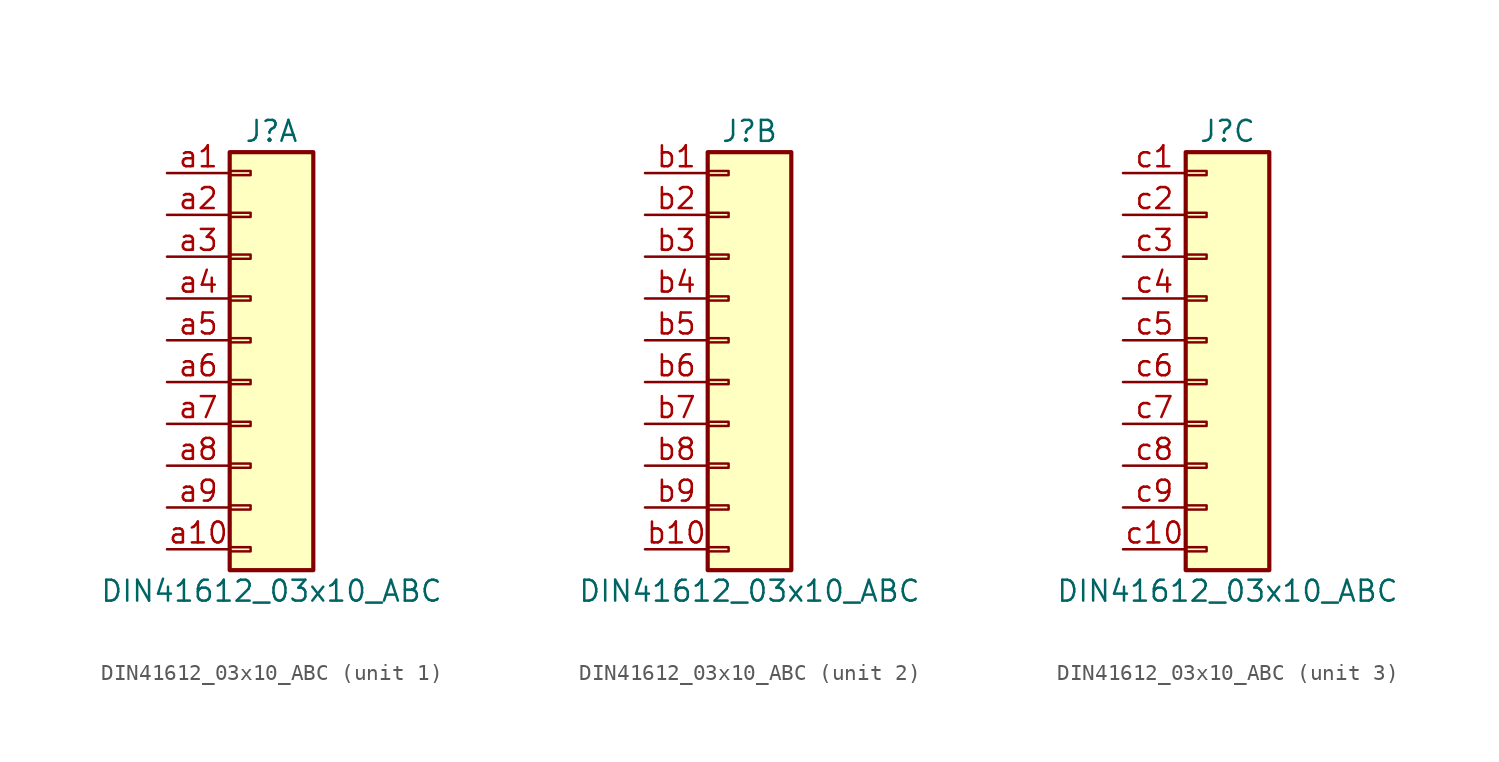
<source format=kicad_sym>
(kicad_symbol_lib
  (version 20241209)
  (generator "kicad_symbol_editor")
  (generator_version "9.0")
  (symbol "DIN41612_03x10_ABC"
    (pin_names
      (offset 1.016)
      (hide yes))
    (property "Reference" "J"
      (at 1.27 12.7 0)
      (effects (font (size 1.27 1.27))))
    (property "Value" "DIN41612_03x10_ABC"
      (at 1.27 -15.24 0)
      (effects (font (size 1.27 1.27))))
    (property "ki_locked" ""
      (at 0 0 0)
      (effects (font (size 1.27 1.27))))
    (symbol "DIN41612_03x10_ABC_1_1"
      (rectangle (start -1.27 11.43) (end 3.81 -13.97) (stroke (width 0.254) (type default)) (fill (type background)))
      (rectangle (start -1.27 10.287) (end 0 10.033) (stroke (width 0.152) (type default)) (fill (type none)))
      (rectangle (start -1.27 7.747) (end 0 7.493) (stroke (width 0.152) (type default)) (fill (type none)))
      (rectangle (start -1.27 5.207) (end 0 4.953) (stroke (width 0.152) (type default)) (fill (type none)))
      (rectangle (start -1.27 2.667) (end 0 2.413) (stroke (width 0.152) (type default)) (fill (type none)))
      (rectangle (start -1.27 0.127) (end 0 -0.127) (stroke (width 0.152) (type default)) (fill (type none)))
      (rectangle (start -1.27 -2.413) (end 0 -2.667) (stroke (width 0.152) (type default)) (fill (type none)))
      (rectangle (start -1.27 -4.953) (end 0 -5.207) (stroke (width 0.152) (type default)) (fill (type none)))
      (rectangle (start -1.27 -7.493) (end 0 -7.747) (stroke (width 0.152) (type default)) (fill (type none)))
      (rectangle (start -1.27 -10.033) (end 0 -10.287) (stroke (width 0.152) (type default)) (fill (type none)))
      (rectangle (start -1.27 -12.573) (end 0 -12.827) (stroke (width 0.152) (type default)) (fill (type none)))
      (pin passive line (at -5.08 10.16 0) (length 3.81) (name "Pin_a1" (effects (font (size 1.27 1.27)))) (number "a1" (effects (font (size 1.27 1.27)))))
      (pin passive line (at -5.08 7.62 0) (length 3.81) (name "Pin_a2" (effects (font (size 1.27 1.27)))) (number "a2" (effects (font (size 1.27 1.27)))))
      (pin passive line (at -5.08 5.08 0) (length 3.81) (name "Pin_a3" (effects (font (size 1.27 1.27)))) (number "a3" (effects (font (size 1.27 1.27)))))
      (pin passive line (at -5.08 2.54 0) (length 3.81) (name "Pin_a4" (effects (font (size 1.27 1.27)))) (number "a4" (effects (font (size 1.27 1.27)))))
      (pin passive line (at -5.08 0 0) (length 3.81) (name "Pin_a5" (effects (font (size 1.27 1.27)))) (number "a5" (effects (font (size 1.27 1.27)))))
      (pin passive line (at -5.08 -2.54 0) (length 3.81) (name "Pin_a6" (effects (font (size 1.27 1.27)))) (number "a6" (effects (font (size 1.27 1.27)))))
      (pin passive line (at -5.08 -5.08 0) (length 3.81) (name "Pin_a7" (effects (font (size 1.27 1.27)))) (number "a7" (effects (font (size 1.27 1.27)))))
      (pin passive line (at -5.08 -7.62 0) (length 3.81) (name "Pin_a8" (effects (font (size 1.27 1.27)))) (number "a8" (effects (font (size 1.27 1.27)))))
      (pin passive line (at -5.08 -10.16 0) (length 3.81) (name "Pin_a9" (effects (font (size 1.27 1.27)))) (number "a9" (effects (font (size 1.27 1.27)))))
      (pin passive line (at -5.08 -12.7 0) (length 3.81) (name "Pin_a10" (effects (font (size 1.27 1.27)))) (number "a10" (effects (font (size 1.27 1.27))))))
    (symbol "DIN41612_03x10_ABC_2_1"
      (rectangle (start -1.27 11.43) (end 3.81 -13.97) (stroke (width 0.254) (type default)) (fill (type background)))
      (rectangle (start -1.27 10.287) (end 0 10.033) (stroke (width 0.152) (type default)) (fill (type none)))
      (rectangle (start -1.27 7.747) (end 0 7.493) (stroke (width 0.152) (type default)) (fill (type none)))
      (rectangle (start -1.27 5.207) (end 0 4.953) (stroke (width 0.152) (type default)) (fill (type none)))
      (rectangle (start -1.27 2.667) (end 0 2.413) (stroke (width 0.152) (type default)) (fill (type none)))
      (rectangle (start -1.27 0.127) (end 0 -0.127) (stroke (width 0.152) (type default)) (fill (type none)))
      (rectangle (start -1.27 -2.413) (end 0 -2.667) (stroke (width 0.152) (type default)) (fill (type none)))
      (rectangle (start -1.27 -4.953) (end 0 -5.207) (stroke (width 0.152) (type default)) (fill (type none)))
      (rectangle (start -1.27 -7.493) (end 0 -7.747) (stroke (width 0.152) (type default)) (fill (type none)))
      (rectangle (start -1.27 -10.033) (end 0 -10.287) (stroke (width 0.152) (type default)) (fill (type none)))
      (rectangle (start -1.27 -12.573) (end 0 -12.827) (stroke (width 0.152) (type default)) (fill (type none)))
      (pin passive line (at -5.08 10.16 0) (length 3.81) (name "Pin_b1" (effects (font (size 1.27 1.27)))) (number "b1" (effects (font (size 1.27 1.27)))))
      (pin passive line (at -5.08 7.62 0) (length 3.81) (name "Pin_b2" (effects (font (size 1.27 1.27)))) (number "b2" (effects (font (size 1.27 1.27)))))
      (pin passive line (at -5.08 5.08 0) (length 3.81) (name "Pin_b3" (effects (font (size 1.27 1.27)))) (number "b3" (effects (font (size 1.27 1.27)))))
      (pin passive line (at -5.08 2.54 0) (length 3.81) (name "Pin_b4" (effects (font (size 1.27 1.27)))) (number "b4" (effects (font (size 1.27 1.27)))))
      (pin passive line (at -5.08 0 0) (length 3.81) (name "Pin_b5" (effects (font (size 1.27 1.27)))) (number "b5" (effects (font (size 1.27 1.27)))))
      (pin passive line (at -5.08 -2.54 0) (length 3.81) (name "Pin_b6" (effects (font (size 1.27 1.27)))) (number "b6" (effects (font (size 1.27 1.27)))))
      (pin passive line (at -5.08 -5.08 0) (length 3.81) (name "Pin_b7" (effects (font (size 1.27 1.27)))) (number "b7" (effects (font (size 1.27 1.27)))))
      (pin passive line (at -5.08 -7.62 0) (length 3.81) (name "Pin_b8" (effects (font (size 1.27 1.27)))) (number "b8" (effects (font (size 1.27 1.27)))))
      (pin passive line (at -5.08 -10.16 0) (length 3.81) (name "Pin_b9" (effects (font (size 1.27 1.27)))) (number "b9" (effects (font (size 1.27 1.27)))))
      (pin passive line (at -5.08 -12.7 0) (length 3.81) (name "Pin_b10" (effects (font (size 1.27 1.27)))) (number "b10" (effects (font (size 1.27 1.27))))))
    (symbol "DIN41612_03x10_ABC_3_1"
      (rectangle (start -1.27 11.43) (end 3.81 -13.97) (stroke (width 0.254) (type default)) (fill (type background)))
      (rectangle (start -1.27 10.287) (end 0 10.033) (stroke (width 0.152) (type default)) (fill (type none)))
      (rectangle (start -1.27 7.747) (end 0 7.493) (stroke (width 0.152) (type default)) (fill (type none)))
      (rectangle (start -1.27 5.207) (end 0 4.953) (stroke (width 0.152) (type default)) (fill (type none)))
      (rectangle (start -1.27 2.667) (end 0 2.413) (stroke (width 0.152) (type default)) (fill (type none)))
      (rectangle (start -1.27 0.127) (end 0 -0.127) (stroke (width 0.152) (type default)) (fill (type none)))
      (rectangle (start -1.27 -2.413) (end 0 -2.667) (stroke (width 0.152) (type default)) (fill (type none)))
      (rectangle (start -1.27 -4.953) (end 0 -5.207) (stroke (width 0.152) (type default)) (fill (type none)))
      (rectangle (start -1.27 -7.493) (end 0 -7.747) (stroke (width 0.152) (type default)) (fill (type none)))
      (rectangle (start -1.27 -10.033) (end 0 -10.287) (stroke (width 0.152) (type default)) (fill (type none)))
      (rectangle (start -1.27 -12.573) (end 0 -12.827) (stroke (width 0.152) (type default)) (fill (type none)))
      (pin passive line (at -5.08 10.16 0) (length 3.81) (name "Pin_c1" (effects (font (size 1.27 1.27)))) (number "c1" (effects (font (size 1.27 1.27)))))
      (pin passive line (at -5.08 7.62 0) (length 3.81) (name "Pin_c2" (effects (font (size 1.27 1.27)))) (number "c2" (effects (font (size 1.27 1.27)))))
      (pin passive line (at -5.08 5.08 0) (length 3.81) (name "Pin_c3" (effects (font (size 1.27 1.27)))) (number "c3" (effects (font (size 1.27 1.27)))))
      (pin passive line (at -5.08 2.54 0) (length 3.81) (name "Pin_c4" (effects (font (size 1.27 1.27)))) (number "c4" (effects (font (size 1.27 1.27)))))
      (pin passive line (at -5.08 0 0) (length 3.81) (name "Pin_c5" (effects (font (size 1.27 1.27)))) (number "c5" (effects (font (size 1.27 1.27)))))
      (pin passive line (at -5.08 -2.54 0) (length 3.81) (name "Pin_c6" (effects (font (size 1.27 1.27)))) (number "c6" (effects (font (size 1.27 1.27)))))
      (pin passive line (at -5.08 -5.08 0) (length 3.81) (name "Pin_c7" (effects (font (size 1.27 1.27)))) (number "c7" (effects (font (size 1.27 1.27)))))
      (pin passive line (at -5.08 -7.62 0) (length 3.81) (name "Pin_c8" (effects (font (size 1.27 1.27)))) (number "c8" (effects (font (size 1.27 1.27)))))
      (pin passive line (at -5.08 -10.16 0) (length 3.81) (name "Pin_c9" (effects (font (size 1.27 1.27)))) (number "c9" (effects (font (size 1.27 1.27)))))
      (pin passive line (at -5.08 -12.7 0) (length 3.81) (name "Pin_c10" (effects (font (size 1.27 1.27)))) (number "c10" (effects (font (size 1.27 1.27))))))))
</source>
